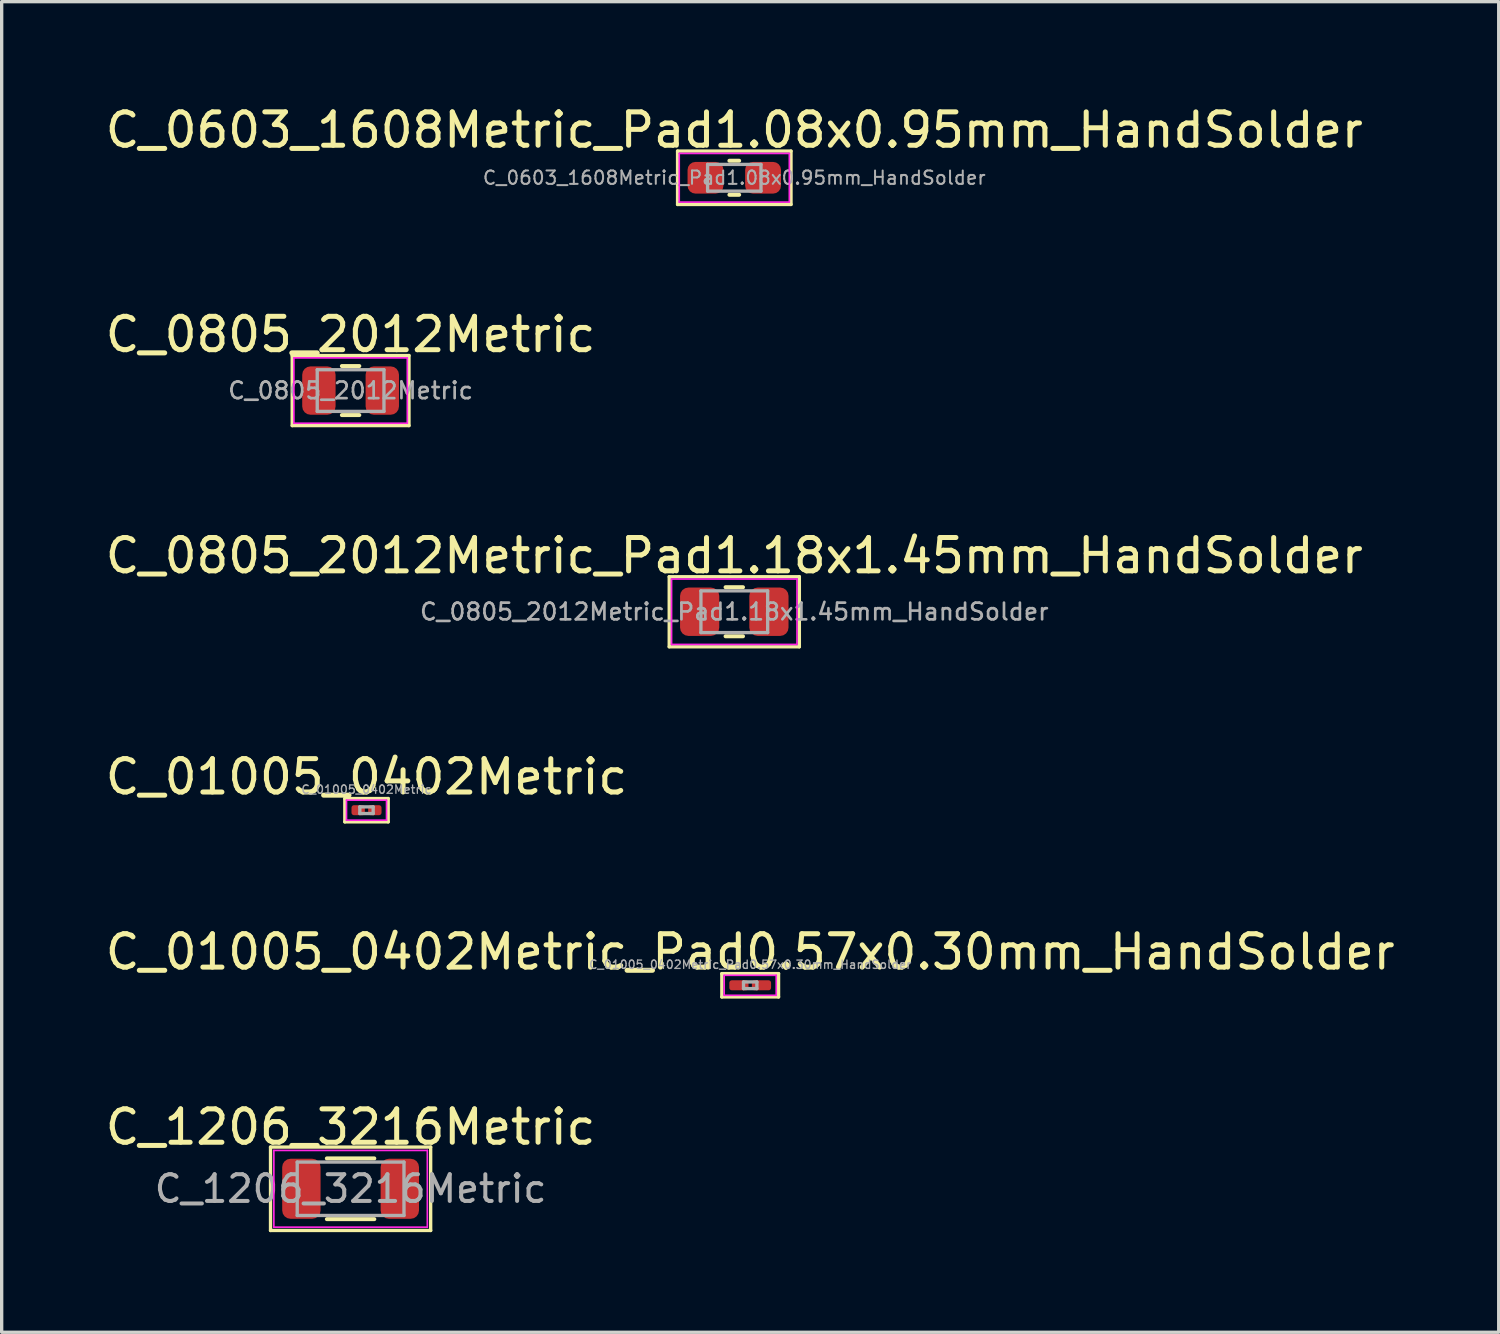
<source format=kicad_pcb>
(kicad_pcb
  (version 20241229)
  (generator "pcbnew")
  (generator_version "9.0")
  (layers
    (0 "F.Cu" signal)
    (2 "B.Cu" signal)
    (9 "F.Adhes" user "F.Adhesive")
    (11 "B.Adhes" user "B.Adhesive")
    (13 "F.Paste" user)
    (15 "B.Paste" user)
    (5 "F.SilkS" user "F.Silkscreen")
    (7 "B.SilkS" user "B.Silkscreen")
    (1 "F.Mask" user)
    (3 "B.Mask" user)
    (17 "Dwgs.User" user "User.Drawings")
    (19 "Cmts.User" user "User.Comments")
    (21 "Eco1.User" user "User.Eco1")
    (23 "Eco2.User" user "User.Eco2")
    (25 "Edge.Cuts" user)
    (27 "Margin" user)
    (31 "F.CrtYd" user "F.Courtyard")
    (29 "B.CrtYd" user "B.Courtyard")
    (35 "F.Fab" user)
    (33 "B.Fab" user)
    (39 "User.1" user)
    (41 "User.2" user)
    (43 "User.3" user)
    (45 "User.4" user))
  (footprint "C_1206_3216Metric"
    (layer "F.Cu")
    (at 7.458 32.58)
    (property "Reference" "C_1206_3216Metric" (at 0 -1.85 0) (layer "F.SilkS") (effects (font (size 1 1) (thickness 0.15))))
    (attr smd)
    (fp_line (start -2.4 -1.25) (end 2.4 -1.25) (stroke (width 0.1) (type default)) (layer "F.SilkS"))
    (fp_line (start -2.4 1.25) (end -2.4 -1.25) (stroke (width 0.1) (type default)) (layer "F.SilkS"))
    (fp_line (start -0.711 -0.91) (end 0.711 -0.91) (stroke (width 0.12) (type solid)) (layer "F.SilkS"))
    (fp_line (start -0.711 0.91) (end 0.711 0.91) (stroke (width 0.12) (type solid)) (layer "F.SilkS"))
    (fp_line (start 2.4 -1.25) (end 2.4 1.25) (stroke (width 0.1) (type default)) (layer "F.SilkS"))
    (fp_line (start 2.4 1.25) (end -2.4 1.25) (stroke (width 0.1) (type default)) (layer "F.SilkS"))
    (fp_line (start -2.3 -1.15) (end 2.3 -1.15) (stroke (width 0.05) (type solid)) (layer "F.CrtYd"))
    (fp_line (start -2.3 1.15) (end -2.3 -1.15) (stroke (width 0.05) (type solid)) (layer "F.CrtYd"))
    (fp_line (start 2.3 -1.15) (end 2.3 1.15) (stroke (width 0.05) (type solid)) (layer "F.CrtYd"))
    (fp_line (start 2.3 1.15) (end -2.3 1.15) (stroke (width 0.05) (type solid)) (layer "F.CrtYd"))
    (fp_line (start -1.6 -0.8) (end 1.6 -0.8) (stroke (width 0.1) (type solid)) (layer "F.Fab"))
    (fp_line (start -1.6 0.8) (end -1.6 -0.8) (stroke (width 0.1) (type solid)) (layer "F.Fab"))
    (fp_line (start 1.6 -0.8) (end 1.6 0.8) (stroke (width 0.1) (type solid)) (layer "F.Fab"))
    (fp_line (start 1.6 0.8) (end -1.6 0.8) (stroke (width 0.1) (type solid)) (layer "F.Fab"))
    (fp_text user "${REFERENCE}" (at 0 0 0) (layer "F.Fab") (effects (font (size 0.8 0.8) (thickness 0.12))))
    (pad "1" smd roundrect (at -1.475 0) (size 1.15 1.8) (layers "F.Cu" "F.Mask" "F.Paste") (roundrect_rratio 0.217))
    (pad "2" smd roundrect (at 1.475 0) (size 1.15 1.8) (layers "F.Cu" "F.Mask" "F.Paste") (roundrect_rratio 0.217)))
  (footprint "C_0603_1608Metric_Pad1.08x0.95mm_HandSolder"
    (layer "F.Cu")
    (at 18.958 2.278)
    (property "Reference" "C_0603_1608Metric_Pad1.08x0.95mm_HandSolder" (at 0 -1.43 0) (layer "F.SilkS") (effects (font (size 1 1) (thickness 0.15))))
    (attr smd)
    (fp_line (start -1.7 -0.8) (end 1.7 -0.8) (stroke (width 0.1) (type default)) (layer "F.SilkS"))
    (fp_line (start -1.7 0.8) (end -1.7 -0.8) (stroke (width 0.1) (type default)) (layer "F.SilkS"))
    (fp_line (start -0.146 -0.51) (end 0.146 -0.51) (stroke (width 0.12) (type solid)) (layer "F.SilkS"))
    (fp_line (start -0.146 0.51) (end 0.146 0.51) (stroke (width 0.12) (type solid)) (layer "F.SilkS"))
    (fp_line (start 1.7 -0.8) (end 1.7 0.8) (stroke (width 0.1) (type default)) (layer "F.SilkS"))
    (fp_line (start 1.7 0.8) (end -1.7 0.8) (stroke (width 0.1) (type default)) (layer "F.SilkS"))
    (fp_line (start -1.65 -0.73) (end 1.65 -0.73) (stroke (width 0.05) (type solid)) (layer "F.CrtYd"))
    (fp_line (start -1.65 0.73) (end -1.65 -0.73) (stroke (width 0.05) (type solid)) (layer "F.CrtYd"))
    (fp_line (start 1.65 -0.73) (end 1.65 0.73) (stroke (width 0.05) (type solid)) (layer "F.CrtYd"))
    (fp_line (start 1.65 0.73) (end -1.65 0.73) (stroke (width 0.05) (type solid)) (layer "F.CrtYd"))
    (fp_line (start -0.8 -0.4) (end 0.8 -0.4) (stroke (width 0.1) (type solid)) (layer "F.Fab"))
    (fp_line (start -0.8 0.4) (end -0.8 -0.4) (stroke (width 0.1) (type solid)) (layer "F.Fab"))
    (fp_line (start 0.8 -0.4) (end 0.8 0.4) (stroke (width 0.1) (type solid)) (layer "F.Fab"))
    (fp_line (start 0.8 0.4) (end -0.8 0.4) (stroke (width 0.1) (type solid)) (layer "F.Fab"))
    (fp_text user "${REFERENCE}" (at 0 0 0) (layer "F.Fab") (effects (font (size 0.4 0.4) (thickness 0.06))))
    (pad "1" smd roundrect (at -0.863 0) (size 1.075 0.95) (layers "F.Cu" "F.Mask" "F.Paste") (roundrect_rratio 0.25))
    (pad "2" smd roundrect (at 0.863 0) (size 1.075 0.95) (layers "F.Cu" "F.Mask" "F.Paste") (roundrect_rratio 0.25)))
  (footprint "C_0805_2012Metric"
    (layer "F.Cu")
    (at 7.458 8.656)
    (property "Reference" "C_0805_2012Metric" (at 0 -1.68 0) (layer "F.SilkS") (effects (font (size 1 1) (thickness 0.15))))
    (attr smd)
    (fp_line (start -1.75 -1.05) (end 1.75 -1.05) (stroke (width 0.1) (type default)) (layer "F.SilkS"))
    (fp_line (start -1.75 1.05) (end -1.75 -1.05) (stroke (width 0.1) (type default)) (layer "F.SilkS"))
    (fp_line (start -0.261 -0.735) (end 0.261 -0.735) (stroke (width 0.12) (type solid)) (layer "F.SilkS"))
    (fp_line (start -0.261 0.735) (end 0.261 0.735) (stroke (width 0.12) (type solid)) (layer "F.SilkS"))
    (fp_line (start 1.75 -1.05) (end 1.75 1.05) (stroke (width 0.1) (type default)) (layer "F.SilkS"))
    (fp_line (start 1.75 1.05) (end -1.75 1.05) (stroke (width 0.1) (type default)) (layer "F.SilkS"))
    (fp_line (start -1.7 -0.98) (end 1.7 -0.98) (stroke (width 0.05) (type solid)) (layer "F.CrtYd"))
    (fp_line (start -1.7 0.98) (end -1.7 -0.98) (stroke (width 0.05) (type solid)) (layer "F.CrtYd"))
    (fp_line (start 1.7 -0.98) (end 1.7 0.98) (stroke (width 0.05) (type solid)) (layer "F.CrtYd"))
    (fp_line (start 1.7 0.98) (end -1.7 0.98) (stroke (width 0.05) (type solid)) (layer "F.CrtYd"))
    (fp_line (start -1 -0.625) (end 1 -0.625) (stroke (width 0.1) (type solid)) (layer "F.Fab"))
    (fp_line (start -1 0.625) (end -1 -0.625) (stroke (width 0.1) (type solid)) (layer "F.Fab"))
    (fp_line (start 1 -0.625) (end 1 0.625) (stroke (width 0.1) (type solid)) (layer "F.Fab"))
    (fp_line (start 1 0.625) (end -1 0.625) (stroke (width 0.1) (type solid)) (layer "F.Fab"))
    (fp_text user "${REFERENCE}" (at 0 0 0) (layer "F.Fab") (effects (font (size 0.5 0.5) (thickness 0.08))))
    (pad "1" smd roundrect (at -0.95 0) (size 1 1.45) (layers "F.Cu" "F.Mask" "F.Paste") (roundrect_rratio 0.25))
    (pad "2" smd roundrect (at 0.95 0) (size 1 1.45) (layers "F.Cu" "F.Mask" "F.Paste") (roundrect_rratio 0.25)))
  (footprint "C_01005_0402Metric_Pad0.57x0.30mm_HandSolder"
    (layer "F.Cu")
    (at 19.435 26.481)
    (property "Reference" "C_01005_0402Metric_Pad0.57x0.30mm_HandSolder" (at 0 -1 0) (layer "F.SilkS") (effects (font (size 1 1) (thickness 0.15))))
    (attr smd)
    (fp_line (start -0.85 -0.35) (end 0.85 -0.35) (stroke (width 0.1) (type default)) (layer "F.SilkS"))
    (fp_line (start -0.85 0.35) (end -0.85 -0.35) (stroke (width 0.1) (type default)) (layer "F.SilkS"))
    (fp_line (start 0.85 -0.35) (end 0.85 0.35) (stroke (width 0.1) (type default)) (layer "F.SilkS"))
    (fp_line (start 0.85 0.35) (end -0.85 0.35) (stroke (width 0.1) (type default)) (layer "F.SilkS"))
    (fp_line (start -0.78 -0.3) (end 0.78 -0.3) (stroke (width 0.05) (type solid)) (layer "F.CrtYd"))
    (fp_line (start -0.78 0.3) (end -0.78 -0.3) (stroke (width 0.05) (type solid)) (layer "F.CrtYd"))
    (fp_line (start 0.78 -0.3) (end 0.78 0.3) (stroke (width 0.05) (type solid)) (layer "F.CrtYd"))
    (fp_line (start 0.78 0.3) (end -0.78 0.3) (stroke (width 0.05) (type solid)) (layer "F.CrtYd"))
    (fp_line (start -0.2 -0.1) (end 0.2 -0.1) (stroke (width 0.1) (type solid)) (layer "F.Fab"))
    (fp_line (start -0.2 0.1) (end -0.2 -0.1) (stroke (width 0.1) (type solid)) (layer "F.Fab"))
    (fp_line (start 0.2 -0.1) (end 0.2 0.1) (stroke (width 0.1) (type solid)) (layer "F.Fab"))
    (fp_line (start 0.2 0.1) (end -0.2 0.1) (stroke (width 0.1) (type solid)) (layer "F.Fab"))
    (fp_text user "${REFERENCE}" (at 0 -0.62 0) (layer "F.Fab") (effects (font (size 0.25 0.25) (thickness 0.04))))
    (pad "" smd roundrect (at -0.362 0) (size 0.41 0.27) (layers "F.Paste") (roundrect_rratio 0.25))
    (pad "" smd roundrect (at 0.362 0) (size 0.41 0.27) (layers "F.Paste") (roundrect_rratio 0.25))
    (pad "1" smd roundrect (at -0.338 0) (size 0.575 0.3) (layers "F.Cu" "F.Mask") (roundrect_rratio 0.25))
    (pad "2" smd roundrect (at 0.338 0) (size 0.575 0.3) (layers "F.Cu" "F.Mask") (roundrect_rratio 0.25)))
  (footprint "C_01005_0402Metric"
    (layer "F.Cu")
    (at 7.935 21.233)
    (property "Reference" "C_01005_0402Metric" (at 0 -1 0) (layer "F.SilkS") (effects (font (size 1 1) (thickness 0.15))))
    (attr smd)
    (fp_line (start -0.65 -0.35) (end 0.65 -0.35) (stroke (width 0.1) (type default)) (layer "F.SilkS"))
    (fp_line (start -0.65 0.35) (end -0.65 -0.35) (stroke (width 0.1) (type default)) (layer "F.SilkS"))
    (fp_line (start 0.65 -0.35) (end 0.65 0.35) (stroke (width 0.1) (type default)) (layer "F.SilkS"))
    (fp_line (start 0.65 0.35) (end -0.65 0.35) (stroke (width 0.1) (type default)) (layer "F.SilkS"))
    (fp_line (start -0.6 -0.3) (end 0.6 -0.3) (stroke (width 0.05) (type solid)) (layer "F.CrtYd"))
    (fp_line (start -0.6 0.3) (end -0.6 -0.3) (stroke (width 0.05) (type solid)) (layer "F.CrtYd"))
    (fp_line (start 0.6 -0.3) (end 0.6 0.3) (stroke (width 0.05) (type solid)) (layer "F.CrtYd"))
    (fp_line (start 0.6 0.3) (end -0.6 0.3) (stroke (width 0.05) (type solid)) (layer "F.CrtYd"))
    (fp_line (start -0.2 -0.1) (end 0.2 -0.1) (stroke (width 0.1) (type solid)) (layer "F.Fab"))
    (fp_line (start -0.2 0.1) (end -0.2 -0.1) (stroke (width 0.1) (type solid)) (layer "F.Fab"))
    (fp_line (start 0.2 -0.1) (end 0.2 0.1) (stroke (width 0.1) (type solid)) (layer "F.Fab"))
    (fp_line (start 0.2 0.1) (end -0.2 0.1) (stroke (width 0.1) (type solid)) (layer "F.Fab"))
    (fp_text user "${REFERENCE}" (at 0 -0.62 0) (layer "F.Fab") (effects (font (size 0.25 0.25) (thickness 0.04))))
    (pad "" smd roundrect (at -0.275 0) (size 0.27 0.27) (layers "F.Paste") (roundrect_rratio 0.25))
    (pad "" smd roundrect (at 0.275 0) (size 0.27 0.27) (layers "F.Paste") (roundrect_rratio 0.25))
    (pad "1" smd roundrect (at -0.25 0) (size 0.4 0.3) (layers "F.Cu" "F.Mask") (roundrect_rratio 0.25))
    (pad "2" smd roundrect (at 0.25 0) (size 0.4 0.3) (layers "F.Cu" "F.Mask") (roundrect_rratio 0.25)))
  (footprint "C_0805_2012Metric_Pad1.18x1.45mm_HandSolder"
    (layer "F.Cu")
    (at 18.958 15.285)
    (property "Reference" "C_0805_2012Metric_Pad1.18x1.45mm_HandSolder" (at 0 -1.68 0) (layer "F.SilkS") (effects (font (size 1 1) (thickness 0.15))))
    (attr smd)
    (fp_line (start -1.95 -1.05) (end 1.95 -1.05) (stroke (width 0.1) (type default)) (layer "F.SilkS"))
    (fp_line (start -1.95 1.05) (end -1.95 -1.05) (stroke (width 0.1) (type default)) (layer "F.SilkS"))
    (fp_line (start -0.261 -0.735) (end 0.261 -0.735) (stroke (width 0.12) (type solid)) (layer "F.SilkS"))
    (fp_line (start -0.261 0.735) (end 0.261 0.735) (stroke (width 0.12) (type solid)) (layer "F.SilkS"))
    (fp_line (start 1.95 -1.05) (end 1.95 1.05) (stroke (width 0.1) (type default)) (layer "F.SilkS"))
    (fp_line (start 1.95 1.05) (end -1.95 1.05) (stroke (width 0.1) (type default)) (layer "F.SilkS"))
    (fp_line (start -1.88 -0.98) (end 1.88 -0.98) (stroke (width 0.05) (type solid)) (layer "F.CrtYd"))
    (fp_line (start -1.88 0.98) (end -1.88 -0.98) (stroke (width 0.05) (type solid)) (layer "F.CrtYd"))
    (fp_line (start 1.88 -0.98) (end 1.88 0.98) (stroke (width 0.05) (type solid)) (layer "F.CrtYd"))
    (fp_line (start 1.88 0.98) (end -1.88 0.98) (stroke (width 0.05) (type solid)) (layer "F.CrtYd"))
    (fp_line (start -1 -0.625) (end 1 -0.625) (stroke (width 0.1) (type solid)) (layer "F.Fab"))
    (fp_line (start -1 0.625) (end -1 -0.625) (stroke (width 0.1) (type solid)) (layer "F.Fab"))
    (fp_line (start 1 -0.625) (end 1 0.625) (stroke (width 0.1) (type solid)) (layer "F.Fab"))
    (fp_line (start 1 0.625) (end -1 0.625) (stroke (width 0.1) (type solid)) (layer "F.Fab"))
    (fp_text user "${REFERENCE}" (at 0 0 0) (layer "F.Fab") (effects (font (size 0.5 0.5) (thickness 0.08))))
    (pad "1" smd roundrect (at -1.038 0) (size 1.175 1.45) (layers "F.Cu" "F.Mask" "F.Paste") (roundrect_rratio 0.213))
    (pad "2" smd roundrect (at 1.038 0) (size 1.175 1.45) (layers "F.Cu" "F.Mask" "F.Paste") (roundrect_rratio 0.213)))
  (gr_rect
    (start -3 -3)
    (end 41.869 36.88)
    (stroke (width 0.1) (type default))
    (fill no)
    (layer "Edge.Cuts")))
</source>
